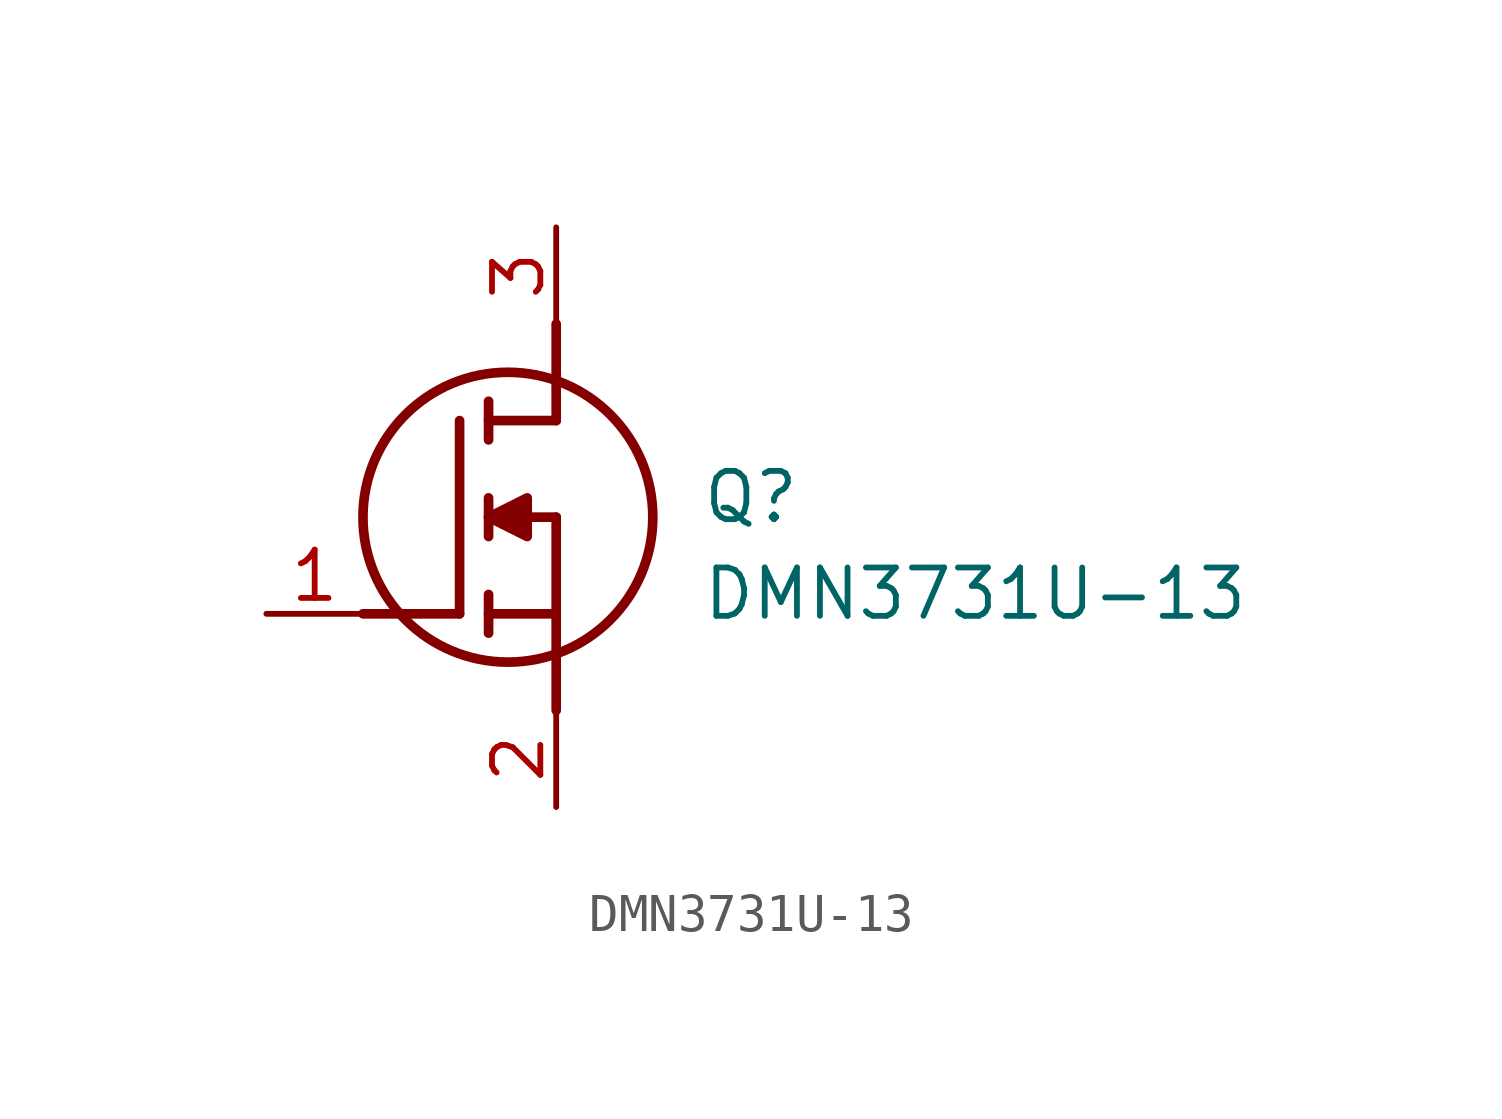
<source format=kicad_sym>
(kicad_symbol_lib
  (version 20211014)
  (generator SamacSys_ECAD_Model)
  (symbol "DMN3731U-13"
    (pin_names hide)
    (property "Reference" "Q"
      (at 11.43 3.81 0)
      (effects (font (size 1.27 1.27)) (justify left top)))
    (property "Value" "DMN3731U-13"
      (at 11.43 1.27 0)
      (effects (font (size 1.27 1.27)) (justify left top)))
    (polyline
      (pts (xy 7.62 2.54) (xy 7.62 -2.54))
      (stroke (width 0.254) (type default))
      (fill (type none)))
    (polyline
      (pts (xy 7.62 5.08) (xy 7.62 7.62))
      (stroke (width 0.254) (type default))
      (fill (type none)))
    (polyline
      (pts (xy 2.54 0) (xy 5.08 0))
      (stroke (width 0.254) (type default))
      (fill (type none)))
    (polyline
      (pts (xy 5.08 5.08) (xy 5.08 0))
      (stroke (width 0.254) (type default))
      (fill (type none)))
    (polyline
      (pts (xy 7.62 2.54) (xy 5.842 2.54))
      (stroke (width 0.254) (type default))
      (fill (type none)))
    (polyline
      (pts (xy 7.62 5.08) (xy 5.842 5.08))
      (stroke (width 0.254) (type default))
      (fill (type none)))
    (polyline
      (pts (xy 5.842 0) (xy 7.62 0))
      (stroke (width 0.254) (type default))
      (fill (type none)))
    (polyline
      (pts (xy 5.842 5.588) (xy 5.842 4.572))
      (stroke (width 0.254) (type default))
      (fill (type none)))
    (polyline
      (pts (xy 5.842 -0.508) (xy 5.842 0.508))
      (stroke (width 0.254) (type default))
      (fill (type none)))
    (polyline
      (pts (xy 5.842 2.032) (xy 5.842 3.048))
      (stroke (width 0.254) (type default))
      (fill (type none)))
    (circle
      (center 6.35 2.54)
      (radius 3.81)
      (stroke (width 0.254) (type default))
      (fill (type none)))
    (polyline
      (pts (xy 5.842 2.54) (xy 6.858 3.048) (xy 6.858 2.032) (xy 5.842 2.54))
      (stroke (width 0.254) (type default))
      (fill (type outline)))
    (pin passive line
      (at 0 0 0)
      (length 2.54)
      (name "G" (effects (font (size 1.27 1.27))))
      (number "1" (effects (font (size 1.27 1.27)))))
    (pin passive line
      (at 7.62 10.16 270)
      (length 2.54)
      (name "D" (effects (font (size 1.27 1.27))))
      (number "3" (effects (font (size 1.27 1.27)))))
    (pin passive line
      (at 7.62 -5.08 90)
      (length 2.54)
      (name "S" (effects (font (size 1.27 1.27))))
      (number "2" (effects (font (size 1.27 1.27)))))))
</source>
